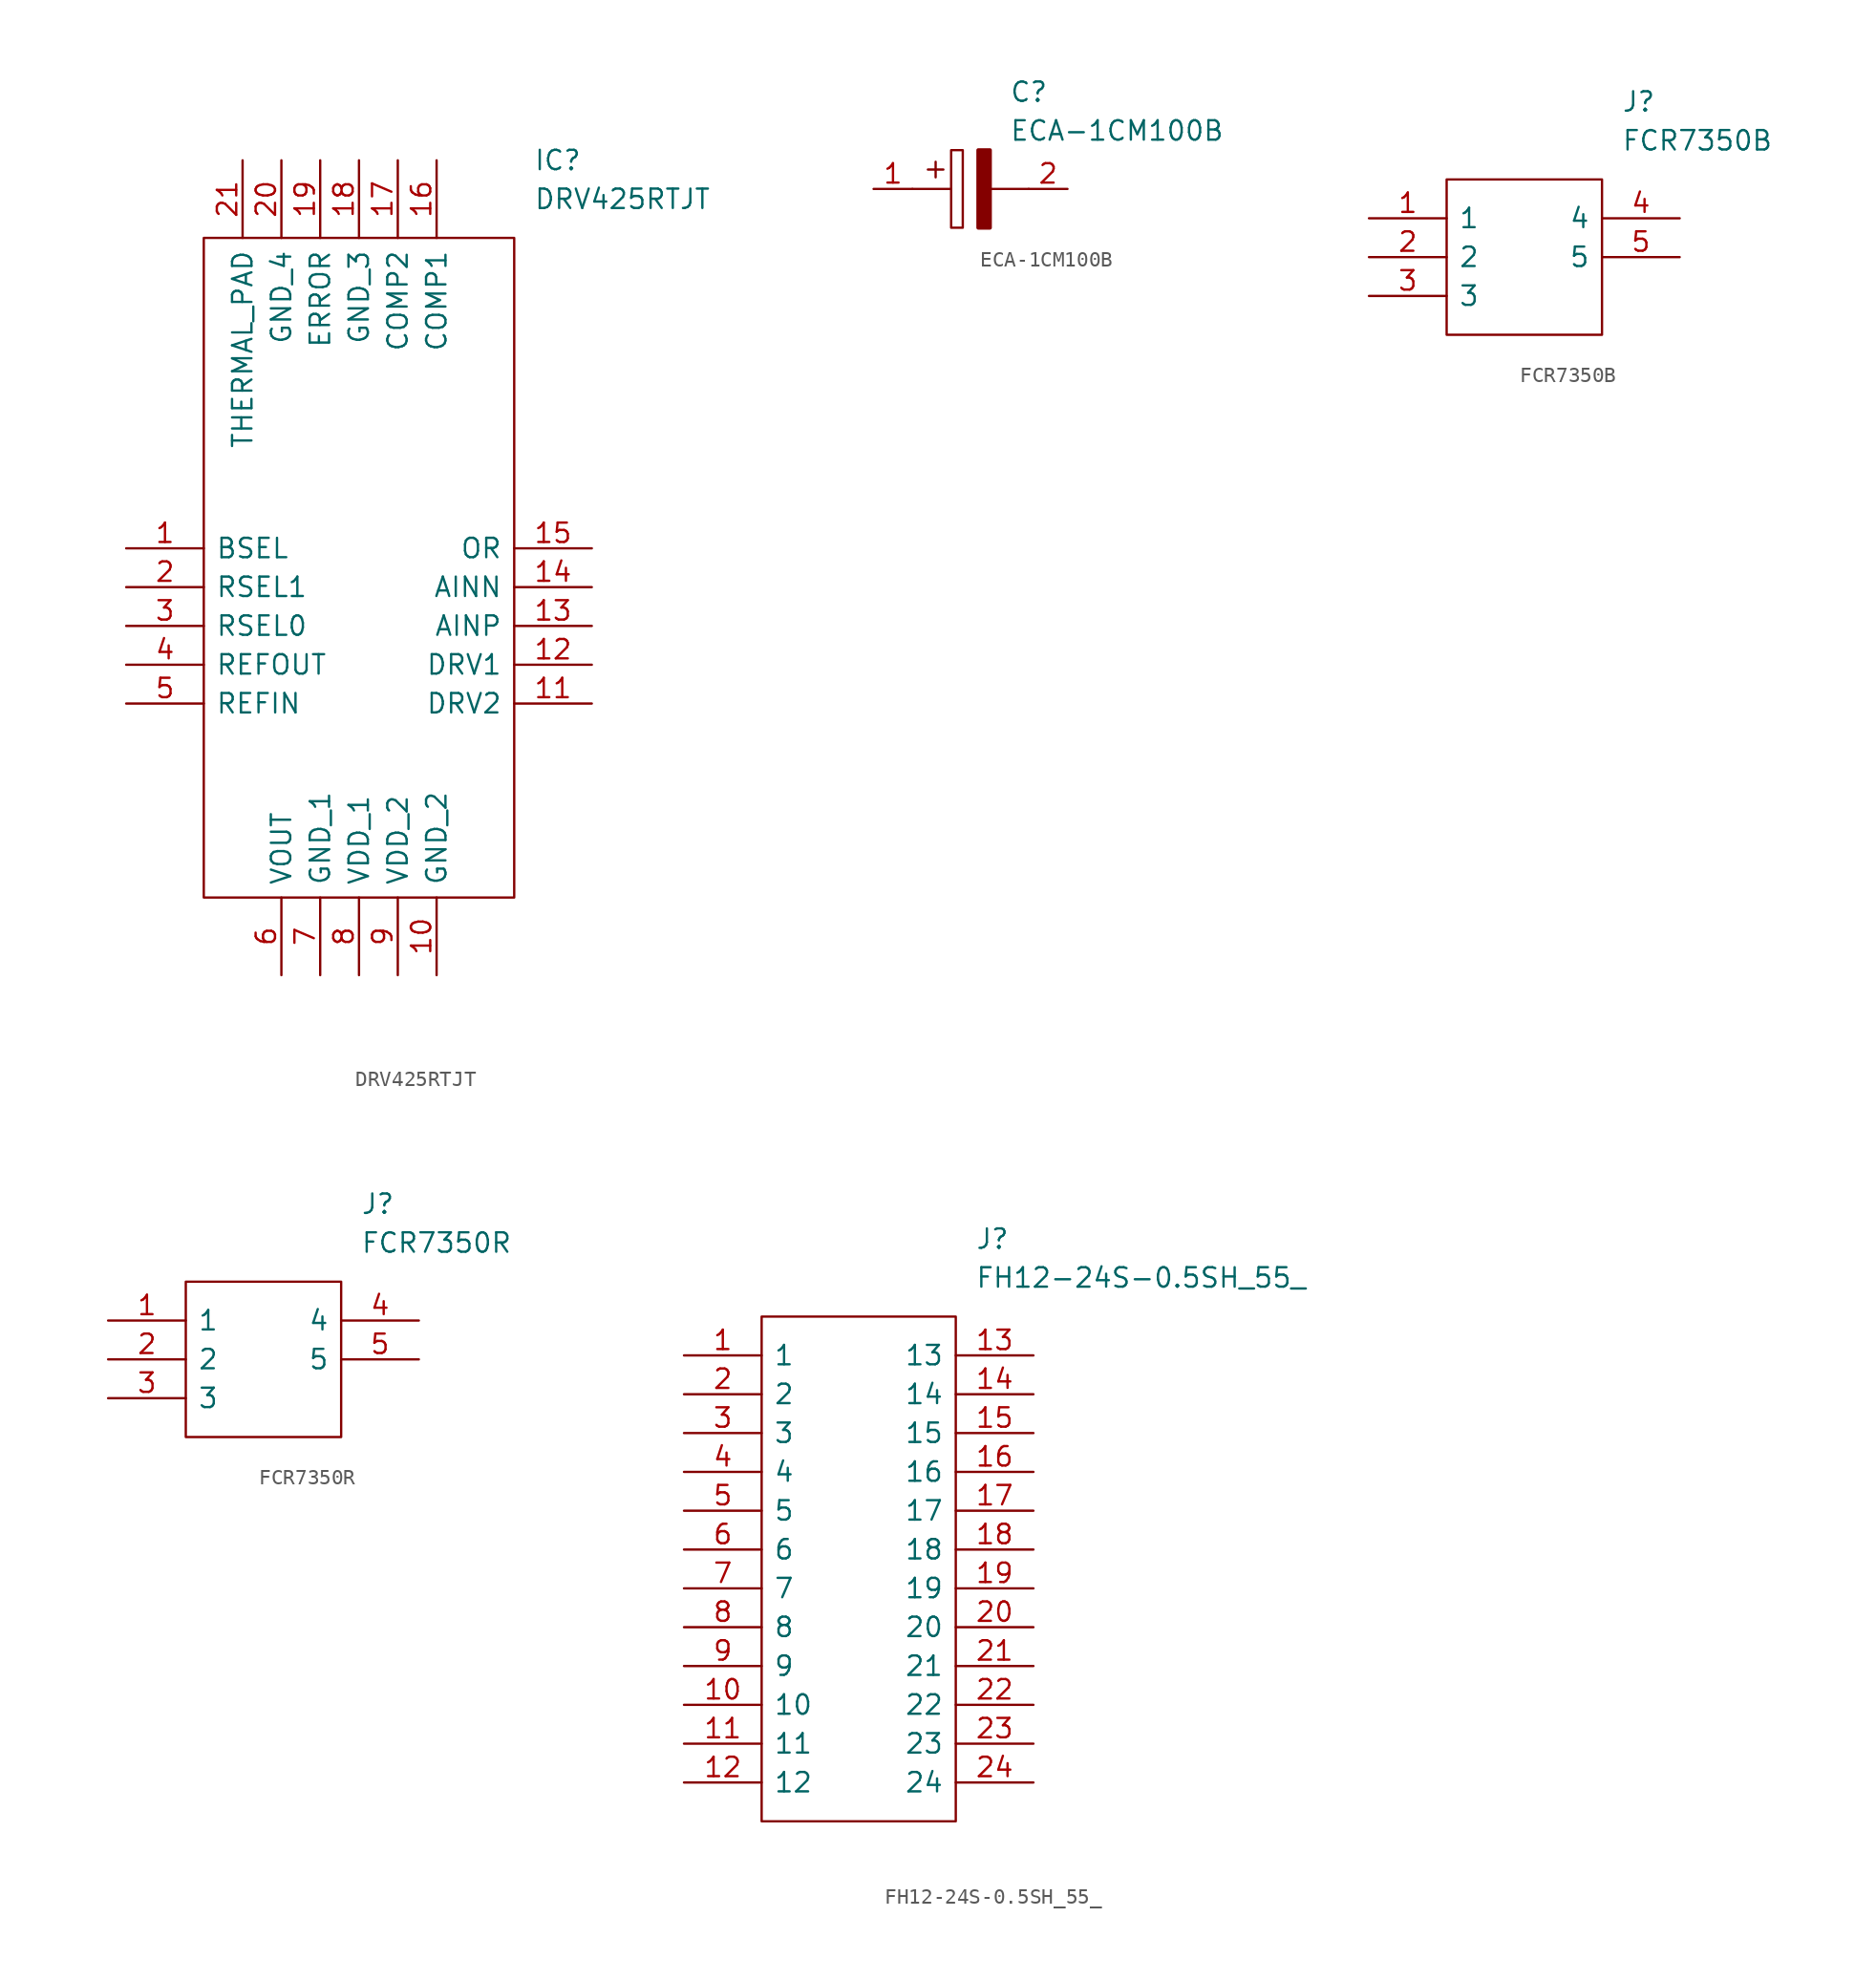
<source format=kicad_sym>
(kicad_symbol_lib
  (version 20220914)
  (generator kicad_symbol_editor)
  (symbol "DRV425RTJT"
    (pin_names
      (offset 0.762))
    (property "Reference" "IC"
      (at 26.67 25.4 0)
      (effects (font (size 1.27 1.27)) (justify left)))
    (property "Value" "DRV425RTJT"
      (at 26.67 22.86 0)
      (effects (font (size 1.27 1.27)) (justify left)))
    (symbol "DRV425RTJT_0_0"
      (pin bidirectional line (at 0 0 0) (length 5.08) (name "BSEL" (effects (font (size 1.27 1.27)))) (number "1" (effects (font (size 1.27 1.27)))))
      (pin bidirectional line (at 20.32 -27.94 90) (length 5.08) (name "GND_2" (effects (font (size 1.27 1.27)))) (number "10" (effects (font (size 1.27 1.27)))))
      (pin bidirectional line (at 30.48 -10.16 180) (length 5.08) (name "DRV2" (effects (font (size 1.27 1.27)))) (number "11" (effects (font (size 1.27 1.27)))))
      (pin bidirectional line (at 30.48 -7.62 180) (length 5.08) (name "DRV1" (effects (font (size 1.27 1.27)))) (number "12" (effects (font (size 1.27 1.27)))))
      (pin bidirectional line (at 30.48 -5.08 180) (length 5.08) (name "AINP" (effects (font (size 1.27 1.27)))) (number "13" (effects (font (size 1.27 1.27)))))
      (pin bidirectional line (at 30.48 -2.54 180) (length 5.08) (name "AINN" (effects (font (size 1.27 1.27)))) (number "14" (effects (font (size 1.27 1.27)))))
      (pin bidirectional line (at 30.48 0 180) (length 5.08) (name "OR" (effects (font (size 1.27 1.27)))) (number "15" (effects (font (size 1.27 1.27)))))
      (pin bidirectional line (at 20.32 25.4 270) (length 5.08) (name "COMP1" (effects (font (size 1.27 1.27)))) (number "16" (effects (font (size 1.27 1.27)))))
      (pin bidirectional line (at 17.78 25.4 270) (length 5.08) (name "COMP2" (effects (font (size 1.27 1.27)))) (number "17" (effects (font (size 1.27 1.27)))))
      (pin bidirectional line (at 15.24 25.4 270) (length 5.08) (name "GND_3" (effects (font (size 1.27 1.27)))) (number "18" (effects (font (size 1.27 1.27)))))
      (pin bidirectional line (at 12.7 25.4 270) (length 5.08) (name "ERROR" (effects (font (size 1.27 1.27)))) (number "19" (effects (font (size 1.27 1.27)))))
      (pin bidirectional line (at 0 -2.54 0) (length 5.08) (name "RSEL1" (effects (font (size 1.27 1.27)))) (number "2" (effects (font (size 1.27 1.27)))))
      (pin bidirectional line (at 10.16 25.4 270) (length 5.08) (name "GND_4" (effects (font (size 1.27 1.27)))) (number "20" (effects (font (size 1.27 1.27)))))
      (pin bidirectional line (at 7.62 25.4 270) (length 5.08) (name "THERMAL_PAD" (effects (font (size 1.27 1.27)))) (number "21" (effects (font (size 1.27 1.27)))))
      (pin bidirectional line (at 0 -5.08 0) (length 5.08) (name "RSEL0" (effects (font (size 1.27 1.27)))) (number "3" (effects (font (size 1.27 1.27)))))
      (pin bidirectional line (at 0 -7.62 0) (length 5.08) (name "REFOUT" (effects (font (size 1.27 1.27)))) (number "4" (effects (font (size 1.27 1.27)))))
      (pin bidirectional line (at 0 -10.16 0) (length 5.08) (name "REFIN" (effects (font (size 1.27 1.27)))) (number "5" (effects (font (size 1.27 1.27)))))
      (pin bidirectional line (at 10.16 -27.94 90) (length 5.08) (name "VOUT" (effects (font (size 1.27 1.27)))) (number "6" (effects (font (size 1.27 1.27)))))
      (pin bidirectional line (at 12.7 -27.94 90) (length 5.08) (name "GND_1" (effects (font (size 1.27 1.27)))) (number "7" (effects (font (size 1.27 1.27)))))
      (pin bidirectional line (at 15.24 -27.94 90) (length 5.08) (name "VDD_1" (effects (font (size 1.27 1.27)))) (number "8" (effects (font (size 1.27 1.27)))))
      (pin bidirectional line (at 17.78 -27.94 90) (length 5.08) (name "VDD_2" (effects (font (size 1.27 1.27)))) (number "9" (effects (font (size 1.27 1.27))))))
    (symbol "DRV425RTJT_0_1"
      (polyline (pts (xy 5.08 20.32) (xy 25.4 20.32) (xy 25.4 -22.86) (xy 5.08 -22.86) (xy 5.08 20.32)) (stroke (width 0.152) (type default)) (fill (type none)))))
  (symbol "ECA-1CM100B"
    (pin_names
      (offset 0.762))
    (property "Reference" "C"
      (at 8.89 6.35 0)
      (effects (font (size 1.27 1.27)) (justify left)))
    (property "Value" "ECA-1CM100B"
      (at 8.89 3.81 0)
      (effects (font (size 1.27 1.27)) (justify left)))
    (symbol "ECA-1CM100B_0_0"
      (pin passive line (at 0 0 0) (length 2.54) (name "~" (effects (font (size 1.27 1.27)))) (number "1" (effects (font (size 1.27 1.27)))))
      (pin passive line (at 12.7 0 180) (length 2.54) (name "~" (effects (font (size 1.27 1.27)))) (number "2" (effects (font (size 1.27 1.27))))))
    (symbol "ECA-1CM100B_0_1"
      (polyline (pts (xy 2.54 0) (xy 5.08 0)) (stroke (width 0.152) (type default)) (fill (type none)))
      (polyline (pts (xy 4.064 1.778) (xy 4.064 0.762)) (stroke (width 0.152) (type default)) (fill (type none)))
      (polyline (pts (xy 4.572 1.27) (xy 3.556 1.27)) (stroke (width 0.152) (type default)) (fill (type none)))
      (polyline (pts (xy 7.62 0) (xy 10.16 0)) (stroke (width 0.152) (type default)) (fill (type none)))
      (polyline (pts (xy 5.08 2.54) (xy 5.08 -2.54) (xy 5.842 -2.54) (xy 5.842 2.54) (xy 5.08 2.54)) (stroke (width 0.152) (type default)) (fill (type none)))
      (polyline (pts (xy 7.62 2.54) (xy 7.62 -2.54) (xy 6.858 -2.54) (xy 6.858 2.54) (xy 7.62 2.54)) (stroke (width 0.254) (type default)) (fill (type outline)))))
  (symbol "FCR7350B"
    (pin_names
      (offset 0.762))
    (property "Reference" "J"
      (at 16.51 7.62 0)
      (effects (font (size 1.27 1.27)) (justify left)))
    (property "Value" "FCR7350B"
      (at 16.51 5.08 0)
      (effects (font (size 1.27 1.27)) (justify left)))
    (symbol "FCR7350B_0_0"
      (pin unspecified line (at 0 0 0) (length 5.08) (name "1" (effects (font (size 1.27 1.27)))) (number "1" (effects (font (size 1.27 1.27)))))
      (pin unspecified line (at 0 -2.54 0) (length 5.08) (name "2" (effects (font (size 1.27 1.27)))) (number "2" (effects (font (size 1.27 1.27)))))
      (pin unspecified line (at 0 -5.08 0) (length 5.08) (name "3" (effects (font (size 1.27 1.27)))) (number "3" (effects (font (size 1.27 1.27)))))
      (pin unspecified line (at 20.32 0 180) (length 5.08) (name "4" (effects (font (size 1.27 1.27)))) (number "4" (effects (font (size 1.27 1.27)))))
      (pin unspecified line (at 20.32 -2.54 180) (length 5.08) (name "5" (effects (font (size 1.27 1.27)))) (number "5" (effects (font (size 1.27 1.27))))))
    (symbol "FCR7350B_0_1"
      (polyline (pts (xy 5.08 2.54) (xy 15.24 2.54) (xy 15.24 -7.62) (xy 5.08 -7.62) (xy 5.08 2.54)) (stroke (width 0.152) (type default)) (fill (type none)))))
  (symbol "FCR7350R"
    (pin_names
      (offset 0.762))
    (property "Reference" "J"
      (at 16.51 7.62 0)
      (effects (font (size 1.27 1.27)) (justify left)))
    (property "Value" "FCR7350R"
      (at 16.51 5.08 0)
      (effects (font (size 1.27 1.27)) (justify left)))
    (symbol "FCR7350R_0_0"
      (pin unspecified line (at 0 0 0) (length 5.08) (name "1" (effects (font (size 1.27 1.27)))) (number "1" (effects (font (size 1.27 1.27)))))
      (pin unspecified line (at 0 -2.54 0) (length 5.08) (name "2" (effects (font (size 1.27 1.27)))) (number "2" (effects (font (size 1.27 1.27)))))
      (pin unspecified line (at 0 -5.08 0) (length 5.08) (name "3" (effects (font (size 1.27 1.27)))) (number "3" (effects (font (size 1.27 1.27)))))
      (pin unspecified line (at 20.32 0 180) (length 5.08) (name "4" (effects (font (size 1.27 1.27)))) (number "4" (effects (font (size 1.27 1.27)))))
      (pin unspecified line (at 20.32 -2.54 180) (length 5.08) (name "5" (effects (font (size 1.27 1.27)))) (number "5" (effects (font (size 1.27 1.27))))))
    (symbol "FCR7350R_0_1"
      (polyline (pts (xy 5.08 2.54) (xy 15.24 2.54) (xy 15.24 -7.62) (xy 5.08 -7.62) (xy 5.08 2.54)) (stroke (width 0.152) (type default)) (fill (type none)))))
  (symbol "FH12-24S-0.5SH_55_"
    (pin_names
      (offset 0.762))
    (property "Reference" "J"
      (at 19.05 7.62 0)
      (effects (font (size 1.27 1.27)) (justify left)))
    (property "Value" "FH12-24S-0.5SH_55_"
      (at 19.05 5.08 0)
      (effects (font (size 1.27 1.27)) (justify left)))
    (symbol "FH12-24S-0.5SH_55__0_0"
      (pin passive line (at 0 0 0) (length 5.08) (name "1" (effects (font (size 1.27 1.27)))) (number "1" (effects (font (size 1.27 1.27)))))
      (pin passive line (at 0 -22.86 0) (length 5.08) (name "10" (effects (font (size 1.27 1.27)))) (number "10" (effects (font (size 1.27 1.27)))))
      (pin passive line (at 0 -25.4 0) (length 5.08) (name "11" (effects (font (size 1.27 1.27)))) (number "11" (effects (font (size 1.27 1.27)))))
      (pin passive line (at 0 -27.94 0) (length 5.08) (name "12" (effects (font (size 1.27 1.27)))) (number "12" (effects (font (size 1.27 1.27)))))
      (pin passive line (at 22.86 0 180) (length 5.08) (name "13" (effects (font (size 1.27 1.27)))) (number "13" (effects (font (size 1.27 1.27)))))
      (pin passive line (at 22.86 -2.54 180) (length 5.08) (name "14" (effects (font (size 1.27 1.27)))) (number "14" (effects (font (size 1.27 1.27)))))
      (pin passive line (at 22.86 -5.08 180) (length 5.08) (name "15" (effects (font (size 1.27 1.27)))) (number "15" (effects (font (size 1.27 1.27)))))
      (pin passive line (at 22.86 -7.62 180) (length 5.08) (name "16" (effects (font (size 1.27 1.27)))) (number "16" (effects (font (size 1.27 1.27)))))
      (pin passive line (at 22.86 -10.16 180) (length 5.08) (name "17" (effects (font (size 1.27 1.27)))) (number "17" (effects (font (size 1.27 1.27)))))
      (pin passive line (at 22.86 -12.7 180) (length 5.08) (name "18" (effects (font (size 1.27 1.27)))) (number "18" (effects (font (size 1.27 1.27)))))
      (pin passive line (at 22.86 -15.24 180) (length 5.08) (name "19" (effects (font (size 1.27 1.27)))) (number "19" (effects (font (size 1.27 1.27)))))
      (pin passive line (at 0 -2.54 0) (length 5.08) (name "2" (effects (font (size 1.27 1.27)))) (number "2" (effects (font (size 1.27 1.27)))))
      (pin passive line (at 22.86 -17.78 180) (length 5.08) (name "20" (effects (font (size 1.27 1.27)))) (number "20" (effects (font (size 1.27 1.27)))))
      (pin passive line (at 22.86 -20.32 180) (length 5.08) (name "21" (effects (font (size 1.27 1.27)))) (number "21" (effects (font (size 1.27 1.27)))))
      (pin passive line (at 22.86 -22.86 180) (length 5.08) (name "22" (effects (font (size 1.27 1.27)))) (number "22" (effects (font (size 1.27 1.27)))))
      (pin passive line (at 22.86 -25.4 180) (length 5.08) (name "23" (effects (font (size 1.27 1.27)))) (number "23" (effects (font (size 1.27 1.27)))))
      (pin passive line (at 22.86 -27.94 180) (length 5.08) (name "24" (effects (font (size 1.27 1.27)))) (number "24" (effects (font (size 1.27 1.27)))))
      (pin passive line (at 0 -5.08 0) (length 5.08) (name "3" (effects (font (size 1.27 1.27)))) (number "3" (effects (font (size 1.27 1.27)))))
      (pin passive line (at 0 -7.62 0) (length 5.08) (name "4" (effects (font (size 1.27 1.27)))) (number "4" (effects (font (size 1.27 1.27)))))
      (pin passive line (at 0 -10.16 0) (length 5.08) (name "5" (effects (font (size 1.27 1.27)))) (number "5" (effects (font (size 1.27 1.27)))))
      (pin passive line (at 0 -12.7 0) (length 5.08) (name "6" (effects (font (size 1.27 1.27)))) (number "6" (effects (font (size 1.27 1.27)))))
      (pin passive line (at 0 -15.24 0) (length 5.08) (name "7" (effects (font (size 1.27 1.27)))) (number "7" (effects (font (size 1.27 1.27)))))
      (pin passive line (at 0 -17.78 0) (length 5.08) (name "8" (effects (font (size 1.27 1.27)))) (number "8" (effects (font (size 1.27 1.27)))))
      (pin passive line (at 0 -20.32 0) (length 5.08) (name "9" (effects (font (size 1.27 1.27)))) (number "9" (effects (font (size 1.27 1.27))))))
    (symbol "FH12-24S-0.5SH_55__0_1"
      (polyline (pts (xy 5.08 2.54) (xy 17.78 2.54) (xy 17.78 -30.48) (xy 5.08 -30.48) (xy 5.08 2.54)) (stroke (width 0.152) (type default)) (fill (type none))))))
</source>
